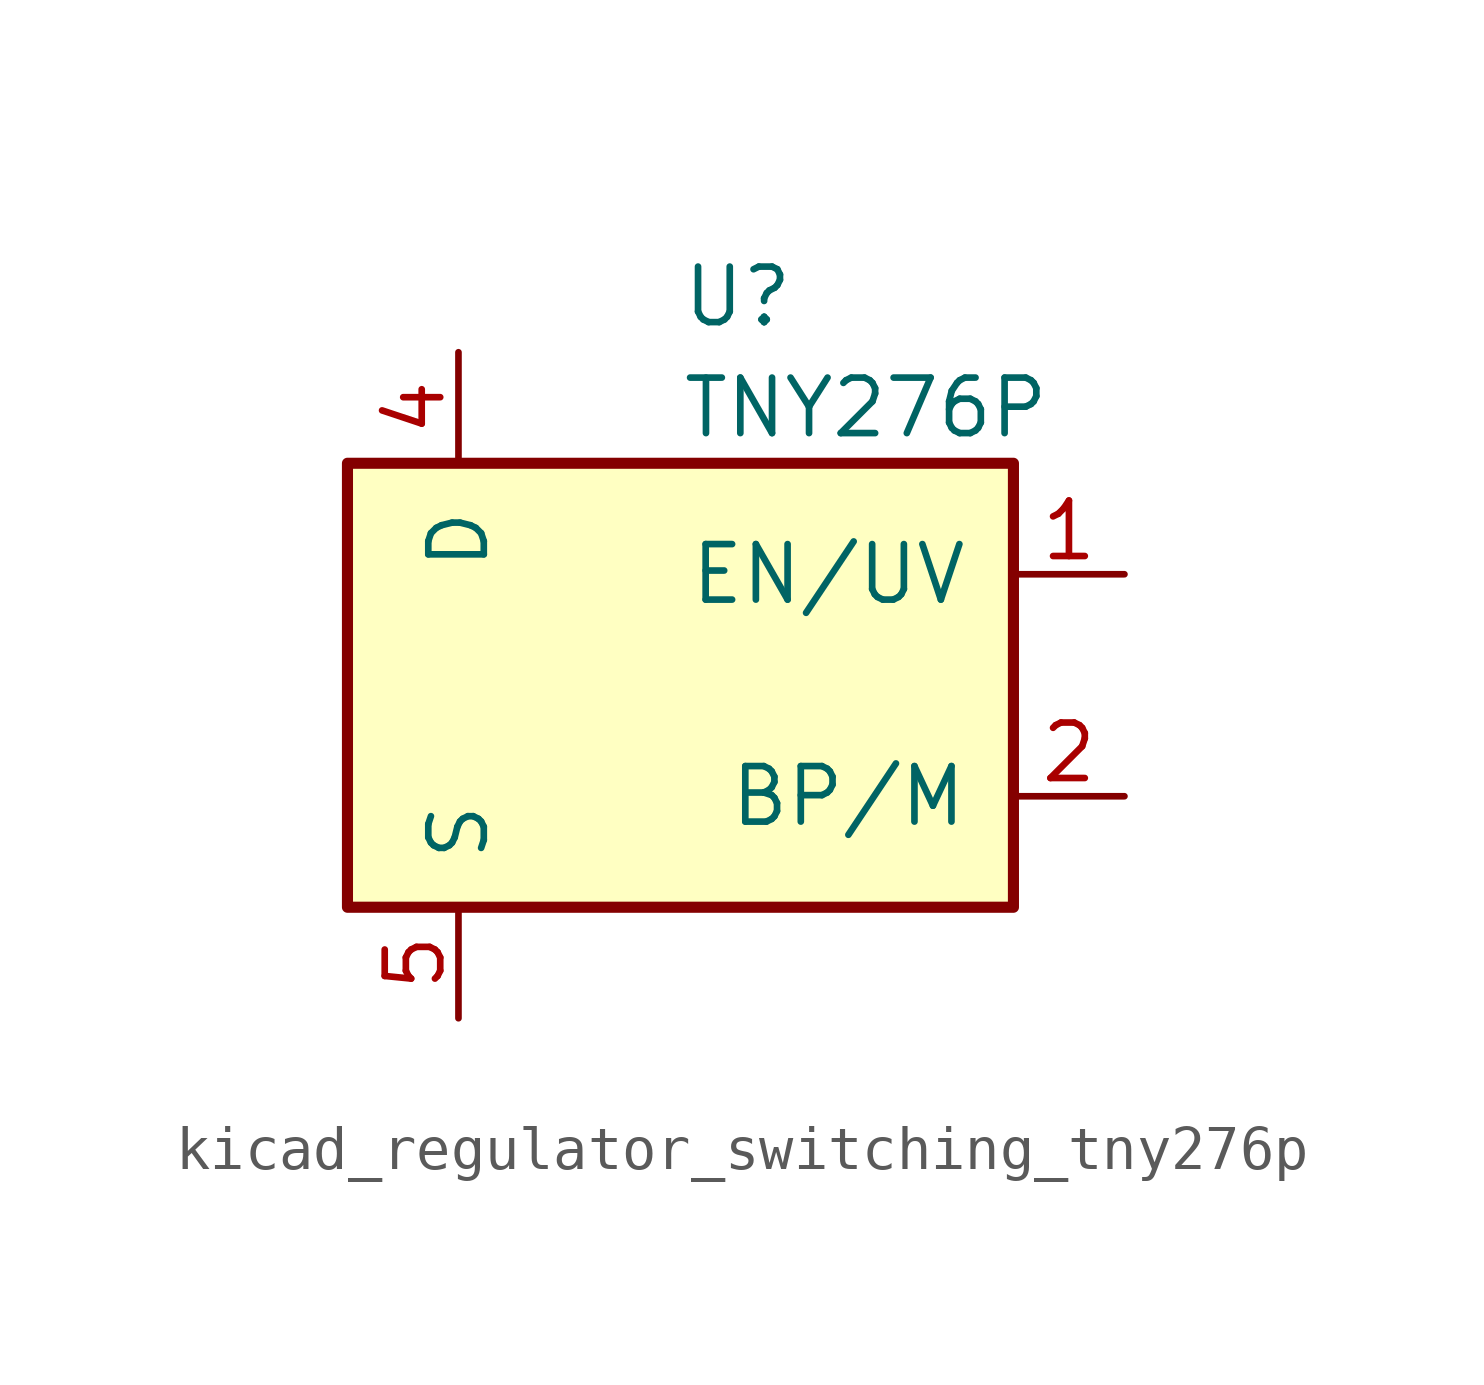
<source format=kicad_sym>
(kicad_symbol_lib
  (version 20220914)
  (generator kicad_symbol_editor)
  (symbol "kicad_regulator_switching_tny276p"
    (pin_names
      (offset 1.016))
    (property "Reference" "U"
      (at 0 8.89 0)
      (effects (font (size 1.27 1.27)) (justify left)))
    (property "Value" "TNY276P"
      (at 0 6.35 0)
      (effects (font (size 1.27 1.27)) (justify left)))
    (symbol "kicad_regulator_switching_tny276p_0_1"
      (rectangle (start -7.62 5.08) (end 7.62 -5.08) (stroke (width 0.254) (type default)) (fill (type background))))
    (symbol "kicad_regulator_switching_tny276p_1_1"
      (pin input line (at 10.16 2.54 180) (length 2.54) (name "EN/UV" (effects (font (size 1.27 1.27)))) (number "1" (effects (font (size 1.27 1.27)))))
      (pin input line (at 10.16 -2.54 180) (length 2.54) (name "BP/M" (effects (font (size 1.27 1.27)))) (number "2" (effects (font (size 1.27 1.27)))))
      (pin open_collector line (at -5.08 7.62 270) (length 2.54) (name "D" (effects (font (size 1.27 1.27)))) (number "4" (effects (font (size 1.27 1.27)))))
      (pin power_in line (at -5.08 -7.62 90) (length 2.54) (name "S" (effects (font (size 1.27 1.27)))) (number "5" (effects (font (size 1.27 1.27)))))
      (pin passive line (at -5.08 -7.62 90) (length 2.54) hide (name "S" (effects (font (size 1.27 1.27)))) (number "6" (effects (font (size 1.27 1.27)))))
      (pin passive line (at -5.08 -7.62 90) (length 2.54) hide (name "S" (effects (font (size 1.27 1.27)))) (number "7" (effects (font (size 1.27 1.27)))))
      (pin passive line (at -5.08 -7.62 90) (length 2.54) hide (name "S" (effects (font (size 1.27 1.27)))) (number "8" (effects (font (size 1.27 1.27))))))))
</source>
